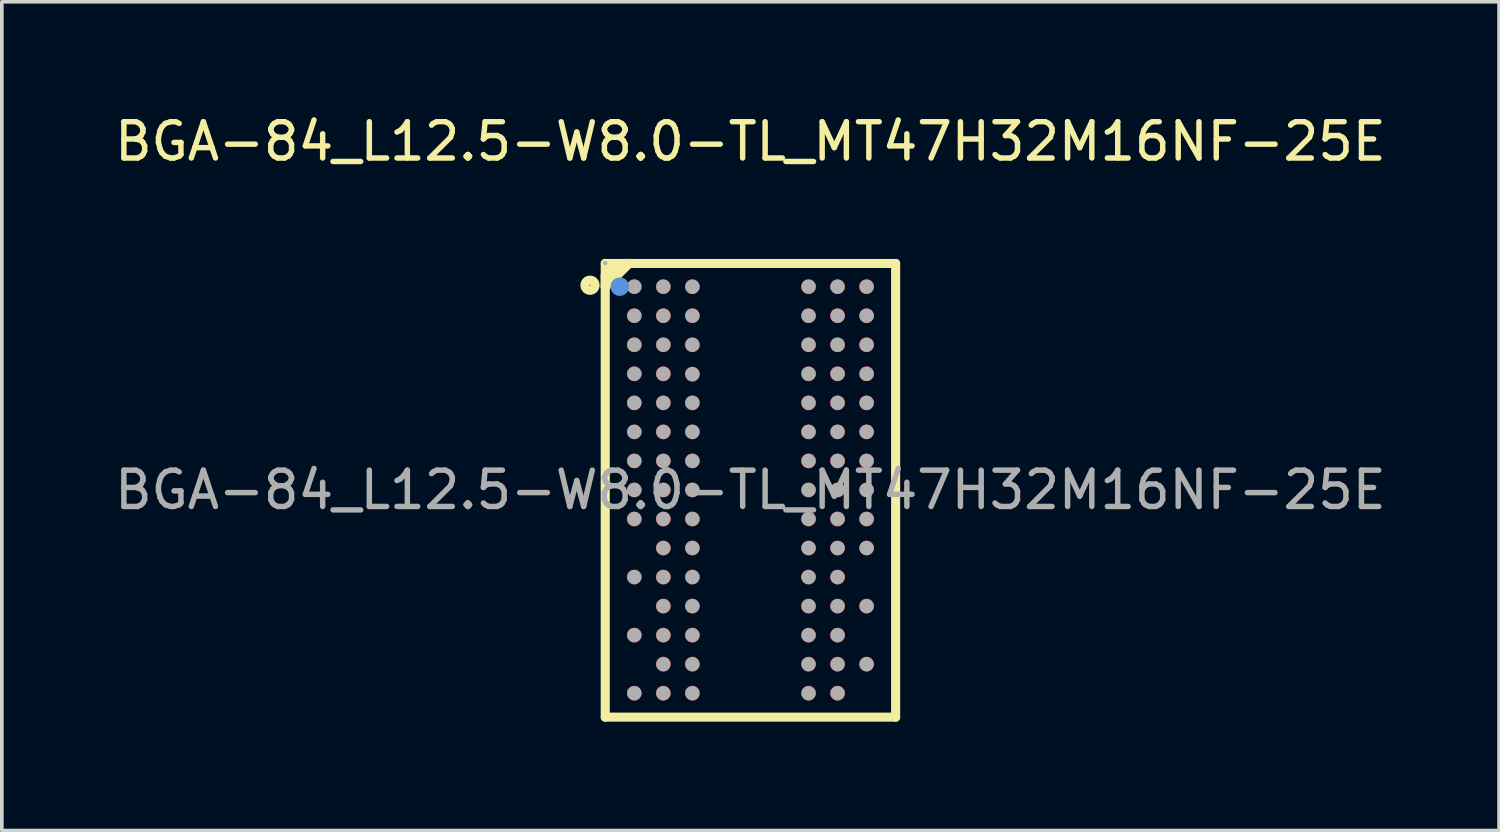
<source format=kicad_pcb>
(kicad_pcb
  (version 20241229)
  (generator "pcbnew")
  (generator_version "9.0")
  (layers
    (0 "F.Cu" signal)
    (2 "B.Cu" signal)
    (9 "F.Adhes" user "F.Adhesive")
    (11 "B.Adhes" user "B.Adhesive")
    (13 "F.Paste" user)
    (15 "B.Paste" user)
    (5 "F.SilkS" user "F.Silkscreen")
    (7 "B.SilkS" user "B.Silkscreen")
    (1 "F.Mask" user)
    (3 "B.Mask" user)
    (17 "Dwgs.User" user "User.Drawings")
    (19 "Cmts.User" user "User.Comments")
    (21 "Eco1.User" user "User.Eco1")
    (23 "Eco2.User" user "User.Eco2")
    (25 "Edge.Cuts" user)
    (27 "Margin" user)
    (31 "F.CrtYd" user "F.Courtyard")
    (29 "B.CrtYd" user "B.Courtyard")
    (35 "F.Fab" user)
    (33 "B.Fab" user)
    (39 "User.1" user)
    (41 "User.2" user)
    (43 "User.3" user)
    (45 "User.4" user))
  (footprint "BGA-84_L12.5-W8.0-TL_MT47H32M16NF-25E"
    (layer "F.Cu")
    (at 17.625 10.448)
    (property "Reference" "BGA-84_L12.5-W8.0-TL_MT47H32M16NF-25E" (at 0 -9.6 0) (layer "F.SilkS") (effects (font (size 1 1) (thickness 0.15))))
    (attr through_hole)
    (fp_line (start -4 -6.24) (end -4 6.26) (stroke (width 0.25) (type solid)) (layer "F.SilkS"))
    (fp_line (start -4 -5.91) (end -3.98 -5.91) (stroke (width 0.25) (type solid)) (layer "F.SilkS"))
    (fp_line (start -4 -5.59) (end -4 -5.91) (stroke (width 0.25) (type solid)) (layer "F.SilkS"))
    (fp_line (start -4 6.26) (end 4 6.26) (stroke (width 0.25) (type solid)) (layer "F.SilkS"))
    (fp_line (start -3.98 -5.91) (end -3.64 -6.24) (stroke (width 0.25) (type solid)) (layer "F.SilkS"))
    (fp_line (start -3.34 -6.24) (end -4 -5.59) (stroke (width 0.25) (type solid)) (layer "F.SilkS"))
    (fp_line (start -3.29 -6.24) (end -3.34 -6.24) (stroke (width 0.25) (type solid)) (layer "F.SilkS"))
    (fp_line (start 4 -6.24) (end -4 -6.24) (stroke (width 0.25) (type solid)) (layer "F.SilkS"))
    (fp_line (start 4 6.26) (end 4 -6.24) (stroke (width 0.25) (type solid)) (layer "F.SilkS"))
    (fp_circle (center -4.42 -5.64) (end -4.28 -5.64) (stroke (width 0.25) (type solid)) (fill no) (layer "F.SilkS"))
    (fp_circle (center -3.6 -5.6) (end -3.47 -5.6) (stroke (width 0.25) (type solid)) (fill no) (layer "Cmts.User"))
    (fp_circle (center -4 -6.25) (end -3.97 -6.25) (stroke (width 0.06) (type solid)) (fill no) (layer "F.Fab"))
    (fp_circle (center -3.2 -5.6) (end -3.1 -5.6) (stroke (width 0.2) (type solid)) (fill no) (layer "F.Fab"))
    (fp_circle (center -3.2 -4.8) (end -3.1 -4.8) (stroke (width 0.2) (type solid)) (fill no) (layer "F.Fab"))
    (fp_circle (center -3.2 -4) (end -3.1 -4) (stroke (width 0.2) (type solid)) (fill no) (layer "F.Fab"))
    (fp_circle (center -3.2 -3.2) (end -3.1 -3.2) (stroke (width 0.2) (type solid)) (fill no) (layer "F.Fab"))
    (fp_circle (center -3.2 -2.4) (end -3.1 -2.4) (stroke (width 0.2) (type solid)) (fill no) (layer "F.Fab"))
    (fp_circle (center -3.2 -1.6) (end -3.1 -1.6) (stroke (width 0.2) (type solid)) (fill no) (layer "F.Fab"))
    (fp_circle (center -3.2 -0.8) (end -3.1 -0.8) (stroke (width 0.2) (type solid)) (fill no) (layer "F.Fab"))
    (fp_circle (center -3.2 0) (end -3.1 0) (stroke (width 0.2) (type solid)) (fill no) (layer "F.Fab"))
    (fp_circle (center -3.2 0.8) (end -3.1 0.8) (stroke (width 0.2) (type solid)) (fill no) (layer "F.Fab"))
    (fp_circle (center -3.2 2.4) (end -3.1 2.4) (stroke (width 0.2) (type solid)) (fill no) (layer "F.Fab"))
    (fp_circle (center -3.2 4) (end -3.1 4) (stroke (width 0.2) (type solid)) (fill no) (layer "F.Fab"))
    (fp_circle (center -3.2 5.6) (end -3.1 5.6) (stroke (width 0.2) (type solid)) (fill no) (layer "F.Fab"))
    (fp_circle (center -2.4 -5.6) (end -2.3 -5.6) (stroke (width 0.2) (type solid)) (fill no) (layer "F.Fab"))
    (fp_circle (center -2.4 -4.8) (end -2.3 -4.8) (stroke (width 0.2) (type solid)) (fill no) (layer "F.Fab"))
    (fp_circle (center -2.4 -4) (end -2.3 -4) (stroke (width 0.2) (type solid)) (fill no) (layer "F.Fab"))
    (fp_circle (center -2.4 -3.2) (end -2.3 -3.2) (stroke (width 0.2) (type solid)) (fill no) (layer "F.Fab"))
    (fp_circle (center -2.4 -2.4) (end -2.3 -2.4) (stroke (width 0.2) (type solid)) (fill no) (layer "F.Fab"))
    (fp_circle (center -2.4 -1.6) (end -2.3 -1.6) (stroke (width 0.2) (type solid)) (fill no) (layer "F.Fab"))
    (fp_circle (center -2.4 -0.8) (end -2.3 -0.8) (stroke (width 0.2) (type solid)) (fill no) (layer "F.Fab"))
    (fp_circle (center -2.4 0) (end -2.3 0) (stroke (width 0.2) (type solid)) (fill no) (layer "F.Fab"))
    (fp_circle (center -2.4 0.8) (end -2.3 0.8) (stroke (width 0.2) (type solid)) (fill no) (layer "F.Fab"))
    (fp_circle (center -2.4 1.6) (end -2.3 1.6) (stroke (width 0.2) (type solid)) (fill no) (layer "F.Fab"))
    (fp_circle (center -2.4 2.4) (end -2.3 2.4) (stroke (width 0.2) (type solid)) (fill no) (layer "F.Fab"))
    (fp_circle (center -2.4 3.2) (end -2.3 3.2) (stroke (width 0.2) (type solid)) (fill no) (layer "F.Fab"))
    (fp_circle (center -2.4 4) (end -2.3 4) (stroke (width 0.2) (type solid)) (fill no) (layer "F.Fab"))
    (fp_circle (center -2.4 4.8) (end -2.3 4.8) (stroke (width 0.2) (type solid)) (fill no) (layer "F.Fab"))
    (fp_circle (center -2.4 5.6) (end -2.3 5.6) (stroke (width 0.2) (type solid)) (fill no) (layer "F.Fab"))
    (fp_circle (center -1.6 -5.6) (end -1.5 -5.6) (stroke (width 0.2) (type solid)) (fill no) (layer "F.Fab"))
    (fp_circle (center -1.6 -4.8) (end -1.5 -4.8) (stroke (width 0.2) (type solid)) (fill no) (layer "F.Fab"))
    (fp_circle (center -1.6 -4) (end -1.5 -4) (stroke (width 0.2) (type solid)) (fill no) (layer "F.Fab"))
    (fp_circle (center -1.6 -3.19) (end -1.5 -3.19) (stroke (width 0.2) (type solid)) (fill no) (layer "F.Fab"))
    (fp_circle (center -1.6 -2.4) (end -1.5 -2.4) (stroke (width 0.2) (type solid)) (fill no) (layer "F.Fab"))
    (fp_circle (center -1.6 -1.6) (end -1.5 -1.6) (stroke (width 0.2) (type solid)) (fill no) (layer "F.Fab"))
    (fp_circle (center -1.6 -0.8) (end -1.5 -0.8) (stroke (width 0.2) (type solid)) (fill no) (layer "F.Fab"))
    (fp_circle (center -1.6 0) (end -1.5 0) (stroke (width 0.2) (type solid)) (fill no) (layer "F.Fab"))
    (fp_circle (center -1.6 0.8) (end -1.5 0.8) (stroke (width 0.2) (type solid)) (fill no) (layer "F.Fab"))
    (fp_circle (center -1.6 1.6) (end -1.5 1.6) (stroke (width 0.2) (type solid)) (fill no) (layer "F.Fab"))
    (fp_circle (center -1.6 2.4) (end -1.5 2.4) (stroke (width 0.2) (type solid)) (fill no) (layer "F.Fab"))
    (fp_circle (center -1.6 3.2) (end -1.5 3.2) (stroke (width 0.2) (type solid)) (fill no) (layer "F.Fab"))
    (fp_circle (center -1.6 4) (end -1.5 4) (stroke (width 0.2) (type solid)) (fill no) (layer "F.Fab"))
    (fp_circle (center -1.6 4.8) (end -1.5 4.8) (stroke (width 0.2) (type solid)) (fill no) (layer "F.Fab"))
    (fp_circle (center -1.6 5.6) (end -1.5 5.6) (stroke (width 0.2) (type solid)) (fill no) (layer "F.Fab"))
    (fp_circle (center 1.6 -5.6) (end 1.7 -5.6) (stroke (width 0.2) (type solid)) (fill no) (layer "F.Fab"))
    (fp_circle (center 1.6 -4.8) (end 1.7 -4.8) (stroke (width 0.2) (type solid)) (fill no) (layer "F.Fab"))
    (fp_circle (center 1.6 -4) (end 1.7 -4) (stroke (width 0.2) (type solid)) (fill no) (layer "F.Fab"))
    (fp_circle (center 1.6 -3.2) (end 1.7 -3.2) (stroke (width 0.2) (type solid)) (fill no) (layer "F.Fab"))
    (fp_circle (center 1.6 -2.4) (end 1.7 -2.4) (stroke (width 0.2) (type solid)) (fill no) (layer "F.Fab"))
    (fp_circle (center 1.6 -1.6) (end 1.7 -1.6) (stroke (width 0.2) (type solid)) (fill no) (layer "F.Fab"))
    (fp_circle (center 1.6 -0.8) (end 1.7 -0.8) (stroke (width 0.2) (type solid)) (fill no) (layer "F.Fab"))
    (fp_circle (center 1.6 0) (end 1.7 0) (stroke (width 0.2) (type solid)) (fill no) (layer "F.Fab"))
    (fp_circle (center 1.6 0.8) (end 1.7 0.8) (stroke (width 0.2) (type solid)) (fill no) (layer "F.Fab"))
    (fp_circle (center 1.6 1.6) (end 1.7 1.6) (stroke (width 0.2) (type solid)) (fill no) (layer "F.Fab"))
    (fp_circle (center 1.6 2.4) (end 1.7 2.4) (stroke (width 0.2) (type solid)) (fill no) (layer "F.Fab"))
    (fp_circle (center 1.6 3.2) (end 1.7 3.2) (stroke (width 0.2) (type solid)) (fill no) (layer "F.Fab"))
    (fp_circle (center 1.6 4) (end 1.7 4) (stroke (width 0.2) (type solid)) (fill no) (layer "F.Fab"))
    (fp_circle (center 1.6 4.8) (end 1.7 4.8) (stroke (width 0.2) (type solid)) (fill no) (layer "F.Fab"))
    (fp_circle (center 1.6 5.6) (end 1.7 5.6) (stroke (width 0.2) (type solid)) (fill no) (layer "F.Fab"))
    (fp_circle (center 2.4 -5.6) (end 2.5 -5.6) (stroke (width 0.2) (type solid)) (fill no) (layer "F.Fab"))
    (fp_circle (center 2.4 -4.8) (end 2.5 -4.8) (stroke (width 0.2) (type solid)) (fill no) (layer "F.Fab"))
    (fp_circle (center 2.4 -4) (end 2.5 -4) (stroke (width 0.2) (type solid)) (fill no) (layer "F.Fab"))
    (fp_circle (center 2.4 -3.2) (end 2.5 -3.2) (stroke (width 0.2) (type solid)) (fill no) (layer "F.Fab"))
    (fp_circle (center 2.4 -2.4) (end 2.5 -2.4) (stroke (width 0.2) (type solid)) (fill no) (layer "F.Fab"))
    (fp_circle (center 2.4 -1.6) (end 2.5 -1.6) (stroke (width 0.2) (type solid)) (fill no) (layer "F.Fab"))
    (fp_circle (center 2.4 -0.8) (end 2.5 -0.8) (stroke (width 0.2) (type solid)) (fill no) (layer "F.Fab"))
    (fp_circle (center 2.4 0) (end 2.5 0) (stroke (width 0.2) (type solid)) (fill no) (layer "F.Fab"))
    (fp_circle (center 2.4 0.8) (end 2.5 0.8) (stroke (width 0.2) (type solid)) (fill no) (layer "F.Fab"))
    (fp_circle (center 2.4 1.6) (end 2.5 1.6) (stroke (width 0.2) (type solid)) (fill no) (layer "F.Fab"))
    (fp_circle (center 2.4 2.4) (end 2.5 2.4) (stroke (width 0.2) (type solid)) (fill no) (layer "F.Fab"))
    (fp_circle (center 2.4 3.2) (end 2.5 3.2) (stroke (width 0.2) (type solid)) (fill no) (layer "F.Fab"))
    (fp_circle (center 2.4 4) (end 2.5 4) (stroke (width 0.2) (type solid)) (fill no) (layer "F.Fab"))
    (fp_circle (center 2.4 4.8) (end 2.5 4.8) (stroke (width 0.2) (type solid)) (fill no) (layer "F.Fab"))
    (fp_circle (center 2.4 5.6) (end 2.5 5.6) (stroke (width 0.2) (type solid)) (fill no) (layer "F.Fab"))
    (fp_circle (center 3.2 -5.6) (end 3.3 -5.6) (stroke (width 0.2) (type solid)) (fill no) (layer "F.Fab"))
    (fp_circle (center 3.2 -4.8) (end 3.3 -4.8) (stroke (width 0.2) (type solid)) (fill no) (layer "F.Fab"))
    (fp_circle (center 3.2 -4) (end 3.3 -4) (stroke (width 0.2) (type solid)) (fill no) (layer "F.Fab"))
    (fp_circle (center 3.2 -3.2) (end 3.3 -3.2) (stroke (width 0.2) (type solid)) (fill no) (layer "F.Fab"))
    (fp_circle (center 3.2 -2.4) (end 3.3 -2.4) (stroke (width 0.2) (type solid)) (fill no) (layer "F.Fab"))
    (fp_circle (center 3.2 -1.6) (end 3.3 -1.6) (stroke (width 0.2) (type solid)) (fill no) (layer "F.Fab"))
    (fp_circle (center 3.2 -0.8) (end 3.3 -0.8) (stroke (width 0.2) (type solid)) (fill no) (layer "F.Fab"))
    (fp_circle (center 3.2 0) (end 3.3 0) (stroke (width 0.2) (type solid)) (fill no) (layer "F.Fab"))
    (fp_circle (center 3.2 0.8) (end 3.3 0.8) (stroke (width 0.2) (type solid)) (fill no) (layer "F.Fab"))
    (fp_circle (center 3.2 1.6) (end 3.3 1.6) (stroke (width 0.2) (type solid)) (fill no) (layer "F.Fab"))
    (fp_circle (center 3.2 3.2) (end 3.3 3.2) (stroke (width 0.2) (type solid)) (fill no) (layer "F.Fab"))
    (fp_circle (center 3.2 4.8) (end 3.3 4.8) (stroke (width 0.2) (type solid)) (fill no) (layer "F.Fab"))
    (fp_text user "${REFERENCE}" (at 0 0 0) (layer "F.Fab") (effects (font (size 1 1) (thickness 0.15))))
    (pad "A1" smd circle (at -3.2 -5.6) (size 0.41 0.41) (layers "F.Cu" "F.Mask" "F.Paste"))
    (pad "A2" smd circle (at -2.4 -5.6) (size 0.41 0.41) (layers "F.Cu" "F.Mask" "F.Paste"))
    (pad "A3" smd circle (at -1.6 -5.6) (size 0.41 0.41) (layers "F.Cu" "F.Mask" "F.Paste"))
    (pad "A7" smd circle (at 1.6 -5.6) (size 0.41 0.41) (layers "F.Cu" "F.Mask" "F.Paste"))
    (pad "A8" smd circle (at 2.4 -5.6) (size 0.41 0.41) (layers "F.Cu" "F.Mask" "F.Paste"))
    (pad "A9" smd circle (at 3.2 -5.6) (size 0.41 0.41) (layers "F.Cu" "F.Mask" "F.Paste"))
    (pad "B1" smd circle (at -3.2 -4.8) (size 0.41 0.41) (layers "F.Cu" "F.Mask" "F.Paste"))
    (pad "B2" smd circle (at -2.4 -4.8) (size 0.41 0.41) (layers "F.Cu" "F.Mask" "F.Paste"))
    (pad "B3" smd circle (at -1.6 -4.8) (size 0.41 0.41) (layers "F.Cu" "F.Mask" "F.Paste"))
    (pad "B7" smd circle (at 1.6 -4.8) (size 0.41 0.41) (layers "F.Cu" "F.Mask" "F.Paste"))
    (pad "B8" smd circle (at 2.4 -4.8) (size 0.41 0.41) (layers "F.Cu" "F.Mask" "F.Paste"))
    (pad "B9" smd circle (at 3.2 -4.8) (size 0.41 0.41) (layers "F.Cu" "F.Mask" "F.Paste"))
    (pad "C1" smd circle (at -3.2 -4) (size 0.41 0.41) (layers "F.Cu" "F.Mask" "F.Paste"))
    (pad "C2" smd circle (at -2.4 -4) (size 0.41 0.41) (layers "F.Cu" "F.Mask" "F.Paste"))
    (pad "C3" smd circle (at -1.6 -4) (size 0.41 0.41) (layers "F.Cu" "F.Mask" "F.Paste"))
    (pad "C7" smd circle (at 1.6 -4) (size 0.41 0.41) (layers "F.Cu" "F.Mask" "F.Paste"))
    (pad "C8" smd circle (at 2.4 -4) (size 0.41 0.41) (layers "F.Cu" "F.Mask" "F.Paste"))
    (pad "C9" smd circle (at 3.2 -4) (size 0.41 0.41) (layers "F.Cu" "F.Mask" "F.Paste"))
    (pad "D1" smd circle (at -3.2 -3.2) (size 0.41 0.41) (layers "F.Cu" "F.Mask" "F.Paste"))
    (pad "D2" smd circle (at -2.4 -3.2) (size 0.41 0.41) (layers "F.Cu" "F.Mask" "F.Paste"))
    (pad "D3" smd circle (at -1.6 -3.19) (size 0.41 0.41) (layers "F.Cu" "F.Mask" "F.Paste"))
    (pad "D7" smd circle (at 1.6 -3.2) (size 0.41 0.41) (layers "F.Cu" "F.Mask" "F.Paste"))
    (pad "D8" smd circle (at 2.4 -3.2) (size 0.41 0.41) (layers "F.Cu" "F.Mask" "F.Paste"))
    (pad "D9" smd circle (at 3.2 -3.2) (size 0.41 0.41) (layers "F.Cu" "F.Mask" "F.Paste"))
    (pad "E1" smd circle (at -3.2 -2.4) (size 0.41 0.41) (layers "F.Cu" "F.Mask" "F.Paste"))
    (pad "E2" smd circle (at -2.4 -2.4) (size 0.41 0.41) (layers "F.Cu" "F.Mask" "F.Paste"))
    (pad "E3" smd circle (at -1.6 -2.4) (size 0.41 0.41) (layers "F.Cu" "F.Mask" "F.Paste"))
    (pad "E7" smd circle (at 1.6 -2.4) (size 0.41 0.41) (layers "F.Cu" "F.Mask" "F.Paste"))
    (pad "E8" smd circle (at 2.4 -2.4) (size 0.41 0.41) (layers "F.Cu" "F.Mask" "F.Paste"))
    (pad "E9" smd circle (at 3.2 -2.4) (size 0.41 0.41) (layers "F.Cu" "F.Mask" "F.Paste"))
    (pad "F1" smd circle (at -3.2 -1.6) (size 0.41 0.41) (layers "F.Cu" "F.Mask" "F.Paste"))
    (pad "F2" smd circle (at -2.4 -1.6) (size 0.41 0.41) (layers "F.Cu" "F.Mask" "F.Paste"))
    (pad "F3" smd circle (at -1.6 -1.6) (size 0.41 0.41) (layers "F.Cu" "F.Mask" "F.Paste"))
    (pad "F7" smd circle (at 1.6 -1.6) (size 0.41 0.41) (layers "F.Cu" "F.Mask" "F.Paste"))
    (pad "F8" smd circle (at 2.4 -1.6) (size 0.41 0.41) (layers "F.Cu" "F.Mask" "F.Paste"))
    (pad "F9" smd circle (at 3.2 -1.6) (size 0.41 0.41) (layers "F.Cu" "F.Mask" "F.Paste"))
    (pad "G1" smd circle (at -3.2 -0.8) (size 0.41 0.41) (layers "F.Cu" "F.Mask" "F.Paste"))
    (pad "G2" smd circle (at -2.4 -0.8) (size 0.41 0.41) (layers "F.Cu" "F.Mask" "F.Paste"))
    (pad "G3" smd circle (at -1.6 -0.8) (size 0.41 0.41) (layers "F.Cu" "F.Mask" "F.Paste"))
    (pad "G7" smd circle (at 1.6 -0.8) (size 0.41 0.41) (layers "F.Cu" "F.Mask" "F.Paste"))
    (pad "G8" smd circle (at 2.4 -0.8) (size 0.41 0.41) (layers "F.Cu" "F.Mask" "F.Paste"))
    (pad "G9" smd circle (at 3.2 -0.8) (size 0.41 0.41) (layers "F.Cu" "F.Mask" "F.Paste"))
    (pad "H1" smd circle (at -3.2 0) (size 0.41 0.41) (layers "F.Cu" "F.Mask" "F.Paste"))
    (pad "H2" smd circle (at -2.4 0) (size 0.41 0.41) (layers "F.Cu" "F.Mask" "F.Paste"))
    (pad "H3" smd circle (at -1.6 0) (size 0.41 0.41) (layers "F.Cu" "F.Mask" "F.Paste"))
    (pad "H7" smd circle (at 1.6 0) (size 0.41 0.41) (layers "F.Cu" "F.Mask" "F.Paste"))
    (pad "H8" smd circle (at 2.4 0) (size 0.41 0.41) (layers "F.Cu" "F.Mask" "F.Paste"))
    (pad "H9" smd circle (at 3.2 0) (size 0.41 0.41) (layers "F.Cu" "F.Mask" "F.Paste"))
    (pad "J1" smd circle (at -3.2 0.8) (size 0.41 0.41) (layers "F.Cu" "F.Mask" "F.Paste"))
    (pad "J2" smd circle (at -2.4 0.8) (size 0.41 0.41) (layers "F.Cu" "F.Mask" "F.Paste"))
    (pad "J3" smd circle (at -1.6 0.8) (size 0.41 0.41) (layers "F.Cu" "F.Mask" "F.Paste"))
    (pad "J7" smd circle (at 1.6 0.8) (size 0.41 0.41) (layers "F.Cu" "F.Mask" "F.Paste"))
    (pad "J8" smd circle (at 2.4 0.8) (size 0.41 0.41) (layers "F.Cu" "F.Mask" "F.Paste"))
    (pad "J9" smd circle (at 3.2 0.8) (size 0.41 0.41) (layers "F.Cu" "F.Mask" "F.Paste"))
    (pad "K2" smd circle (at -2.4 1.6) (size 0.41 0.41) (layers "F.Cu" "F.Mask" "F.Paste"))
    (pad "K3" smd circle (at -1.6 1.6) (size 0.41 0.41) (layers "F.Cu" "F.Mask" "F.Paste"))
    (pad "K7" smd circle (at 1.6 1.6) (size 0.41 0.41) (layers "F.Cu" "F.Mask" "F.Paste"))
    (pad "K8" smd circle (at 2.4 1.6) (size 0.41 0.41) (layers "F.Cu" "F.Mask" "F.Paste"))
    (pad "K9" smd circle (at 3.2 1.6) (size 0.41 0.41) (layers "F.Cu" "F.Mask" "F.Paste"))
    (pad "L1" smd circle (at -3.2 2.4) (size 0.41 0.41) (layers "F.Cu" "F.Mask" "F.Paste"))
    (pad "L2" smd circle (at -2.4 2.4) (size 0.41 0.41) (layers "F.Cu" "F.Mask" "F.Paste"))
    (pad "L3" smd circle (at -1.6 2.4) (size 0.41 0.41) (layers "F.Cu" "F.Mask" "F.Paste"))
    (pad "L7" smd circle (at 1.6 2.4) (size 0.41 0.41) (layers "F.Cu" "F.Mask" "F.Paste"))
    (pad "L8" smd circle (at 2.4 2.4) (size 0.41 0.41) (layers "F.Cu" "F.Mask" "F.Paste"))
    (pad "M2" smd circle (at -2.4 3.2) (size 0.41 0.41) (layers "F.Cu" "F.Mask" "F.Paste"))
    (pad "M3" smd circle (at -1.6 3.2) (size 0.41 0.41) (layers "F.Cu" "F.Mask" "F.Paste"))
    (pad "M7" smd circle (at 1.6 3.2) (size 0.41 0.41) (layers "F.Cu" "F.Mask" "F.Paste"))
    (pad "M8" smd circle (at 2.4 3.2) (size 0.41 0.41) (layers "F.Cu" "F.Mask" "F.Paste"))
    (pad "M9" smd circle (at 3.2 3.2) (size 0.41 0.41) (layers "F.Cu" "F.Mask" "F.Paste"))
    (pad "N1" smd circle (at -3.2 4) (size 0.41 0.41) (layers "F.Cu" "F.Mask" "F.Paste"))
    (pad "N2" smd circle (at -2.4 4) (size 0.41 0.41) (layers "F.Cu" "F.Mask" "F.Paste"))
    (pad "N3" smd circle (at -1.6 4) (size 0.41 0.41) (layers "F.Cu" "F.Mask" "F.Paste"))
    (pad "N7" smd circle (at 1.6 4) (size 0.41 0.41) (layers "F.Cu" "F.Mask" "F.Paste"))
    (pad "N8" smd circle (at 2.4 4) (size 0.41 0.41) (layers "F.Cu" "F.Mask" "F.Paste"))
    (pad "P2" smd circle (at -2.4 4.8) (size 0.41 0.41) (layers "F.Cu" "F.Mask" "F.Paste"))
    (pad "P3" smd circle (at -1.6 4.8) (size 0.41 0.41) (layers "F.Cu" "F.Mask" "F.Paste"))
    (pad "P7" smd circle (at 1.6 4.8) (size 0.41 0.41) (layers "F.Cu" "F.Mask" "F.Paste"))
    (pad "P8" smd circle (at 2.4 4.8) (size 0.41 0.41) (layers "F.Cu" "F.Mask" "F.Paste"))
    (pad "P9" smd circle (at 3.2 4.8) (size 0.41 0.41) (layers "F.Cu" "F.Mask" "F.Paste"))
    (pad "R1" smd circle (at -3.2 5.6) (size 0.41 0.41) (layers "F.Cu" "F.Mask" "F.Paste"))
    (pad "R2" smd circle (at -2.4 5.6) (size 0.41 0.41) (layers "F.Cu" "F.Mask" "F.Paste"))
    (pad "R3" smd circle (at -1.6 5.6) (size 0.41 0.41) (layers "F.Cu" "F.Mask" "F.Paste"))
    (pad "R7" smd circle (at 1.6 5.6) (size 0.41 0.41) (layers "F.Cu" "F.Mask" "F.Paste"))
    (pad "R8" smd circle (at 2.4 5.6) (size 0.41 0.41) (layers "F.Cu" "F.Mask" "F.Paste")))
  (gr_rect
    (start -3 -3)
    (end 38.25 19.833)
    (stroke (width 0.1) (type default))
    (fill no)
    (layer "Edge.Cuts")))
</source>
